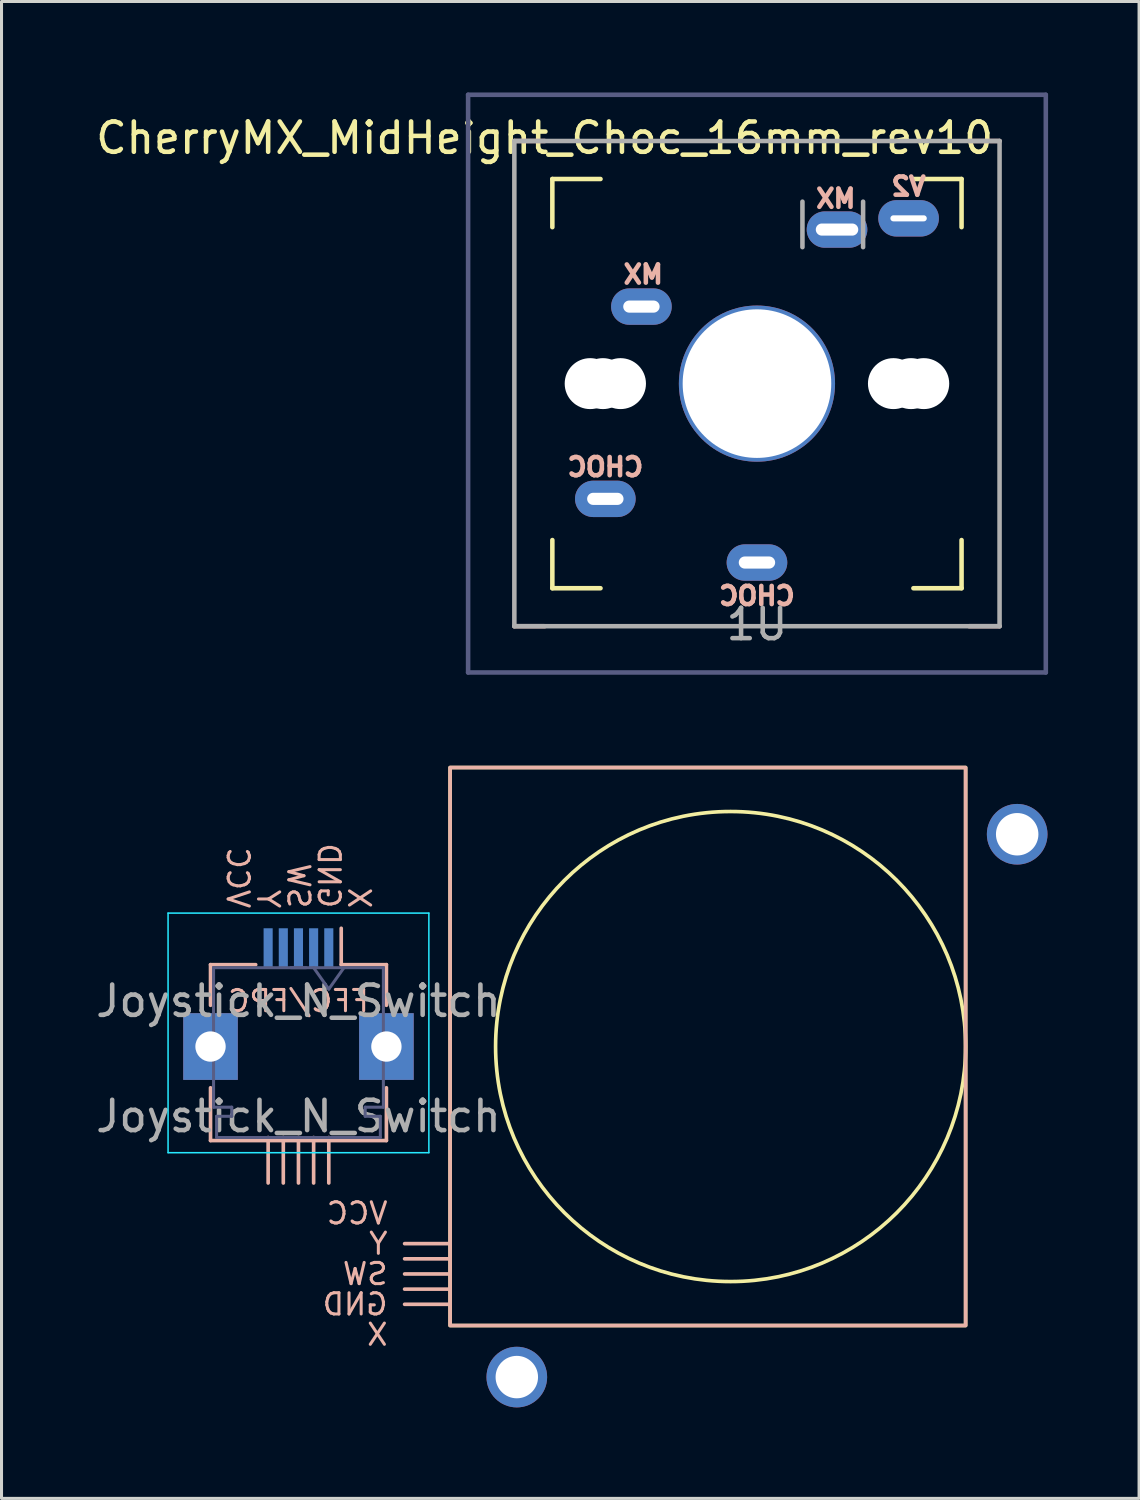
<source format=kicad_pcb>
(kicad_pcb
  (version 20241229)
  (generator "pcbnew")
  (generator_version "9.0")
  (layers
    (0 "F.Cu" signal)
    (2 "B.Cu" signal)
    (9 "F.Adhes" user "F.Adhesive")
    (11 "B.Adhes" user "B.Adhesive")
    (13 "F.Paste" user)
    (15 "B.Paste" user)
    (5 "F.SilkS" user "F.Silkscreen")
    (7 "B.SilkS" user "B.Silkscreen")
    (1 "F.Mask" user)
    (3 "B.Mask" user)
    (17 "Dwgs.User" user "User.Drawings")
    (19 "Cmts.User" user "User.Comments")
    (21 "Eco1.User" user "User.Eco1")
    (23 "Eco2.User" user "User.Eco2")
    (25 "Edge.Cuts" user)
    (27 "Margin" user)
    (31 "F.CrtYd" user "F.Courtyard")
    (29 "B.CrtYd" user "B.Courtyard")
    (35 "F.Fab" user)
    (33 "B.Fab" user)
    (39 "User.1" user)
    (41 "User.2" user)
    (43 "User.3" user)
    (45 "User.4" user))
  (footprint "Joystick_N_Switch"
    (layer "F.Cu")
    (at 6.792 31.46)
    (property "Reference" "Joystick_N_Switch" (at 0 -1.5 0) (layer "F.Fab") (effects (font (size 1 1) (thickness 0.15))))
    (attr smd)
    (fp_rect (start 5 -9.2) (end 22 9.2) (stroke (width 0.12) (type solid)) (fill no) (layer "F.SilkS"))
    (fp_circle (center 14.25 0) (end 22 0) (stroke (width 0.12) (type solid)) (fill no) (layer "F.SilkS"))
    (fp_line (start -2.9 -2.7) (end -2.9 -1.36) (stroke (width 0.12) (type solid)) (layer "B.SilkS"))
    (fp_line (start -2.9 3.1) (end -2.9 1.36) (stroke (width 0.12) (type solid)) (layer "B.SilkS"))
    (fp_line (start -1.41 -2.7) (end -2.9 -2.7) (stroke (width 0.12) (type solid)) (layer "B.SilkS"))
    (fp_line (start -1 4.5) (end -1 3) (stroke (width 0.12) (type solid)) (layer "B.SilkS"))
    (fp_line (start -0.5 4.5) (end -0.5 3) (stroke (width 0.12) (type solid)) (layer "B.SilkS"))
    (fp_line (start 0 4.5) (end 0 3) (stroke (width 0.12) (type solid)) (layer "B.SilkS"))
    (fp_line (start 0.5 4.5) (end 0.5 3) (stroke (width 0.12) (type solid)) (layer "B.SilkS"))
    (fp_line (start 1 4.5) (end 1 3) (stroke (width 0.12) (type solid)) (layer "B.SilkS"))
    (fp_line (start 1.41 -2.7) (end 1.41 -3.9) (stroke (width 0.12) (type solid)) (layer "B.SilkS"))
    (fp_line (start 1.41 -2.7) (end 2.9 -2.7) (stroke (width 0.12) (type solid)) (layer "B.SilkS"))
    (fp_line (start 2.9 -2.7) (end 2.9 -1.36) (stroke (width 0.12) (type solid)) (layer "B.SilkS"))
    (fp_line (start 2.9 1.36) (end 2.9 3.1) (stroke (width 0.12) (type solid)) (layer "B.SilkS"))
    (fp_line (start 2.9 3.1) (end -2.9 3.1) (stroke (width 0.12) (type solid)) (layer "B.SilkS"))
    (fp_line (start 3.5 6.5) (end 5 6.5) (stroke (width 0.12) (type solid)) (layer "B.SilkS"))
    (fp_line (start 3.5 7) (end 5 7) (stroke (width 0.12) (type solid)) (layer "B.SilkS"))
    (fp_line (start 3.5 7.5) (end 5 7.5) (stroke (width 0.12) (type solid)) (layer "B.SilkS"))
    (fp_line (start 3.5 8) (end 5 8) (stroke (width 0.12) (type solid)) (layer "B.SilkS"))
    (fp_line (start 3.5 8.5) (end 5 8.5) (stroke (width 0.12) (type solid)) (layer "B.SilkS"))
    (fp_rect (start 5 -9.2) (end 22 9.2) (stroke (width 0.12) (type solid)) (fill no) (layer "B.SilkS"))
    (fp_line (start -4.3 -4.4) (end 4.3 -4.4) (stroke (width 0.05) (type solid)) (layer "B.CrtYd"))
    (fp_line (start -4.3 3.5) (end -4.3 -4.4) (stroke (width 0.05) (type solid)) (layer "B.CrtYd"))
    (fp_line (start 4.3 -4.4) (end 4.3 3.5) (stroke (width 0.05) (type solid)) (layer "B.CrtYd"))
    (fp_line (start 4.3 3.5) (end -4.3 3.5) (stroke (width 0.05) (type solid)) (layer "B.CrtYd"))
    (fp_line (start -2.8 -2.6) (end -2.8 2) (stroke (width 0.1) (type solid)) (layer "B.Fab"))
    (fp_line (start -2.8 2) (end -2.2 2) (stroke (width 0.1) (type solid)) (layer "B.Fab"))
    (fp_line (start -2.7 2.3) (end -2.7 3) (stroke (width 0.1) (type solid)) (layer "B.Fab"))
    (fp_line (start -2.7 3) (end 0.25 3) (stroke (width 0.1) (type solid)) (layer "B.Fab"))
    (fp_line (start -2.2 2) (end -2.2 2.3) (stroke (width 0.1) (type solid)) (layer "B.Fab"))
    (fp_line (start -2.2 2.3) (end -2.7 2.3) (stroke (width 0.1) (type solid)) (layer "B.Fab"))
    (fp_line (start -0.25 -2.6) (end 2.8 -2.6) (stroke (width 0.1) (type solid)) (layer "B.Fab"))
    (fp_line (start 0.25 -2.6) (end -2.8 -2.6) (stroke (width 0.1) (type solid)) (layer "B.Fab"))
    (fp_line (start 1 -1.893) (end 0.5 -2.6) (stroke (width 0.1) (type solid)) (layer "B.Fab"))
    (fp_line (start 1.5 -2.6) (end 1 -1.893) (stroke (width 0.1) (type solid)) (layer "B.Fab"))
    (fp_line (start 2.2 2) (end 2.2 2.3) (stroke (width 0.1) (type solid)) (layer "B.Fab"))
    (fp_line (start 2.2 2.3) (end 2.7 2.3) (stroke (width 0.1) (type solid)) (layer "B.Fab"))
    (fp_line (start 2.7 2.3) (end 2.7 3) (stroke (width 0.1) (type solid)) (layer "B.Fab"))
    (fp_line (start 2.7 3) (end -0.25 3) (stroke (width 0.1) (type solid)) (layer "B.Fab"))
    (fp_line (start 2.8 -2.6) (end 2.8 2) (stroke (width 0.1) (type solid)) (layer "B.Fab"))
    (fp_line (start 2.8 2) (end 2.2 2) (stroke (width 0.1) (type solid)) (layer "B.Fab"))
    (fp_text user "X" (at 2 -4.5 270) (unlocked yes) (layer "B.SilkS") (effects (font (size 0.7 0.7) (thickness 0.1)) (justify left mirror)))
    (fp_text user "GND" (at 1 -4.5 270) (unlocked yes) (layer "B.SilkS") (effects (font (size 0.7 0.7) (thickness 0.1)) (justify left mirror)))
    (fp_text user "SW" (at 0 -4.5 270) (unlocked yes) (layer "B.SilkS") (effects (font (size 0.7 0.7) (thickness 0.1)) (justify left mirror)))
    (fp_text user "Y" (at -1 -4.5 270) (unlocked yes) (layer "B.SilkS") (effects (font (size 0.7 0.7) (thickness 0.1)) (justify left mirror)))
    (fp_text user "FFC/FPC" (at 0 -1.5 0) (unlocked yes) (layer "B.SilkS") (effects (font (size 0.7 0.7) (thickness 0.1)) (justify mirror)))
    (fp_text user "VCC" (at -2 -4.5 270) (unlocked yes) (layer "B.SilkS") (effects (font (size 0.7 0.7) (thickness 0.1)) (justify left mirror)))
    (fp_text user "Y" (at 3 6.5 0) (unlocked yes) (layer "B.SilkS") (effects (font (size 0.7 0.7) (thickness 0.1)) (justify left mirror)))
    (fp_text user "GND" (at 3 8.5 0) (unlocked yes) (layer "B.SilkS") (effects (font (size 0.7 0.7) (thickness 0.1)) (justify left mirror)))
    (fp_text user "X" (at 3 9.5 0) (unlocked yes) (layer "B.SilkS") (effects (font (size 0.7 0.7) (thickness 0.1)) (justify left mirror)))
    (fp_text user "VCC" (at 3 5.5 0) (unlocked yes) (layer "B.SilkS") (effects (font (size 0.7 0.7) (thickness 0.1)) (justify left mirror)))
    (fp_text user "SW" (at 3 7.5 0) (unlocked yes) (layer "B.SilkS") (effects (font (size 0.7 0.7) (thickness 0.1)) (justify left mirror)))
    (fp_text user "${REFERENCE}" (at 0 2.3 0) (layer "F.Fab") (effects (font (size 1 1) (thickness 0.15))))
    (pad "" np_thru_hole circle (at 7.2 10.9) (size 2 2) (drill 1.4) (layers "*.Cu" "*.Mask"))
    (pad "" np_thru_hole circle (at 23.7 -7) (size 2 2) (drill 1.4) (layers "*.Cu" "*.Mask"))
    (pad "1" smd rect (at 1 -3.25) (size 0.3 1.3) (layers "B.Cu" "B.Mask" "B.Paste"))
    (pad "2" smd rect (at 0.5 -3.25) (size 0.3 1.3) (layers "B.Cu" "B.Mask" "B.Paste"))
    (pad "3" smd rect (at 0 -3.25) (size 0.3 1.3) (layers "B.Cu" "B.Mask" "B.Paste"))
    (pad "4" smd rect (at -0.5 -3.25) (size 0.3 1.3) (layers "B.Cu" "B.Mask" "B.Paste"))
    (pad "5" smd rect (at -1 -3.25) (size 0.3 1.3) (layers "B.Cu" "B.Mask" "B.Paste"))
    (pad "MP" thru_hole rect (at -2.9 0) (size 1.8 2.2) (drill 1) (layers "*.Cu" "*.Mask"))
    (pad "MP" thru_hole rect (at 2.9 0) (size 1.8 2.2) (drill 1) (layers "*.Cu" "*.Mask")))
  (footprint "CherryMX_MidHeight_Choc_16mm_rev10"
    (layer "F.Cu")
    (at 21.911 9.6)
    (property "Reference" "CherryMX_MidHeight_Choc_16mm_rev10" (at -7 -8.1 180) (layer "F.SilkS") (effects (font (size 1 1) (thickness 0.15))))
    (fp_line (start -6.747 -6.747) (end -5.159 -6.747) (stroke (width 0.15) (type solid)) (layer "F.SilkS"))
    (fp_line (start -6.747 -5.159) (end -6.747 -6.747) (stroke (width 0.15) (type solid)) (layer "F.SilkS"))
    (fp_line (start -6.747 6.747) (end -6.747 5.159) (stroke (width 0.15) (type solid)) (layer "F.SilkS"))
    (fp_line (start -5.159 6.747) (end -6.747 6.747) (stroke (width 0.15) (type solid)) (layer "F.SilkS"))
    (fp_line (start 5.159 -6.747) (end 6.747 -6.747) (stroke (width 0.15) (type solid)) (layer "F.SilkS"))
    (fp_line (start 6.747 -6.747) (end 6.747 -5.159) (stroke (width 0.15) (type solid)) (layer "F.SilkS"))
    (fp_line (start 6.747 5.159) (end 6.747 6.747) (stroke (width 0.15) (type solid)) (layer "F.SilkS"))
    (fp_line (start 6.747 6.747) (end 5.159 6.747) (stroke (width 0.15) (type solid)) (layer "F.SilkS"))
    (fp_line (start -7 -8) (end -8 -8) (stroke (width 0.15) (type solid)) (layer "B.SilkS"))
    (fp_line (start -7 8) (end -8 8) (stroke (width 0.15) (type solid)) (layer "B.SilkS"))
    (fp_line (start 8 -8) (end 7 -8) (stroke (width 0.15) (type solid)) (layer "B.SilkS"))
    (fp_line (start 8 8) (end 7 8) (stroke (width 0.15) (type solid)) (layer "B.SilkS"))
    (fp_line (start -9.525 -9.525) (end 9.525 -9.525) (stroke (width 0.15) (type solid)) (layer "B.Fab"))
    (fp_line (start -9.525 9.525) (end -9.525 -9.525) (stroke (width 0.15) (type solid)) (layer "B.Fab"))
    (fp_line (start 9.525 -9.525) (end 9.525 9.525) (stroke (width 0.15) (type solid)) (layer "B.Fab"))
    (fp_line (start 9.525 9.525) (end -9.525 9.525) (stroke (width 0.15) (type solid)) (layer "B.Fab"))
    (fp_line (start -8 -8) (end 8 -8) (stroke (width 0.15) (type solid)) (layer "F.Fab"))
    (fp_line (start -8 8) (end -8 -8) (stroke (width 0.15) (type solid)) (layer "F.Fab"))
    (fp_line (start 1.5 -6) (end 1.5 -4.5) (stroke (width 0.15) (type solid)) (layer "F.Fab"))
    (fp_line (start 3.5 -6) (end 3.5 -4.5) (stroke (width 0.15) (type solid)) (layer "F.Fab"))
    (fp_line (start 8 -8) (end 8 8) (stroke (width 0.15) (type solid)) (layer "F.Fab"))
    (fp_line (start 8 8) (end -8 8) (stroke (width 0.15) (type solid)) (layer "F.Fab"))
    (fp_text user "MX" (at 2.6 -6.1 0) (unlocked yes) (layer "B.SilkS") (effects (font (size 0.6 0.6) (thickness 0.15)) (justify mirror)))
    (fp_text user "CHOC" (at -5 2.75 0) (unlocked yes) (layer "B.SilkS") (effects (font (size 0.6 0.6) (thickness 0.15)) (justify mirror)))
    (fp_text user "CHOC" (at 0 7 0) (unlocked yes) (layer "B.SilkS") (effects (font (size 0.6 0.6) (thickness 0.15)) (justify mirror)))
    (fp_text user "V2" (at 5 -6.5 0) (unlocked yes) (layer "B.SilkS") (effects (font (size 0.6 0.6) (thickness 0.15)) (justify mirror)))
    (fp_text user "MX" (at -3.75 -3.6 0) (unlocked yes) (layer "B.SilkS") (effects (font (size 0.6 0.6) (thickness 0.15)) (justify mirror)))
    (fp_text user "1U" (at 0 7.938 180) (layer "F.Fab") (effects (font (size 1 1) (thickness 0.15))))
    (pad "" np_thru_hole circle (at -5.5 0 180) (size 1.68 1.68) (drill 1.68) (layers "*.Cu" "*.Mask"))
    (pad "" np_thru_hole circle (at -5.08 0 180) (size 1.68 1.68) (drill 1.68) (layers "*.Cu" "*.Mask"))
    (pad "" np_thru_hole circle (at -4.5 0 180) (size 1.68 1.68) (drill 1.68) (layers "*.Cu" "*.Mask"))
    (pad "" np_thru_hole circle (at 0 0 270) (size 5.15 5.15) (drill 4.9) (layers "*.Cu" "*.Mask"))
    (pad "" np_thru_hole circle (at 4.5 0 180) (size 1.68 1.68) (drill 1.68) (layers "*.Cu" "*.Mask"))
    (pad "" thru_hole oval (at 5 -5.45 180) (size 2 1.2) (drill oval 1.2 0.2) (layers "*.Cu" "B.Mask"))
    (pad "" np_thru_hole circle (at 5.08 0 180) (size 1.68 1.68) (drill 1.68) (layers "*.Cu" "*.Mask"))
    (pad "" np_thru_hole circle (at 5.5 0 180) (size 1.68 1.68) (drill 1.68) (layers "*.Cu" "*.Mask"))
    (pad "0" thru_hole oval (at 0 5.9 180) (size 2 1.2) (drill oval 1.2 0.4) (layers "*.Cu" "B.Mask"))
    (pad "0" thru_hole oval (at 2.64 -5.08) (size 2 1.2) (drill oval 1.4 0.4) (layers "*.Cu" "B.Mask"))
    (pad "1" thru_hole oval (at -5 3.8 180) (size 2 1.2) (drill oval 1.2 0.4) (layers "*.Cu" "B.Mask"))
    (pad "1" thru_hole oval (at -3.81 -2.54) (size 2 1.2) (drill oval 1.2 0.4) (layers "*.Cu" "B.Mask")))
  (gr_rect
    (start -3 -3)
    (end 34.511 46.36)
    (stroke (width 0.1) (type default))
    (fill no)
    (layer "Edge.Cuts")))
</source>
